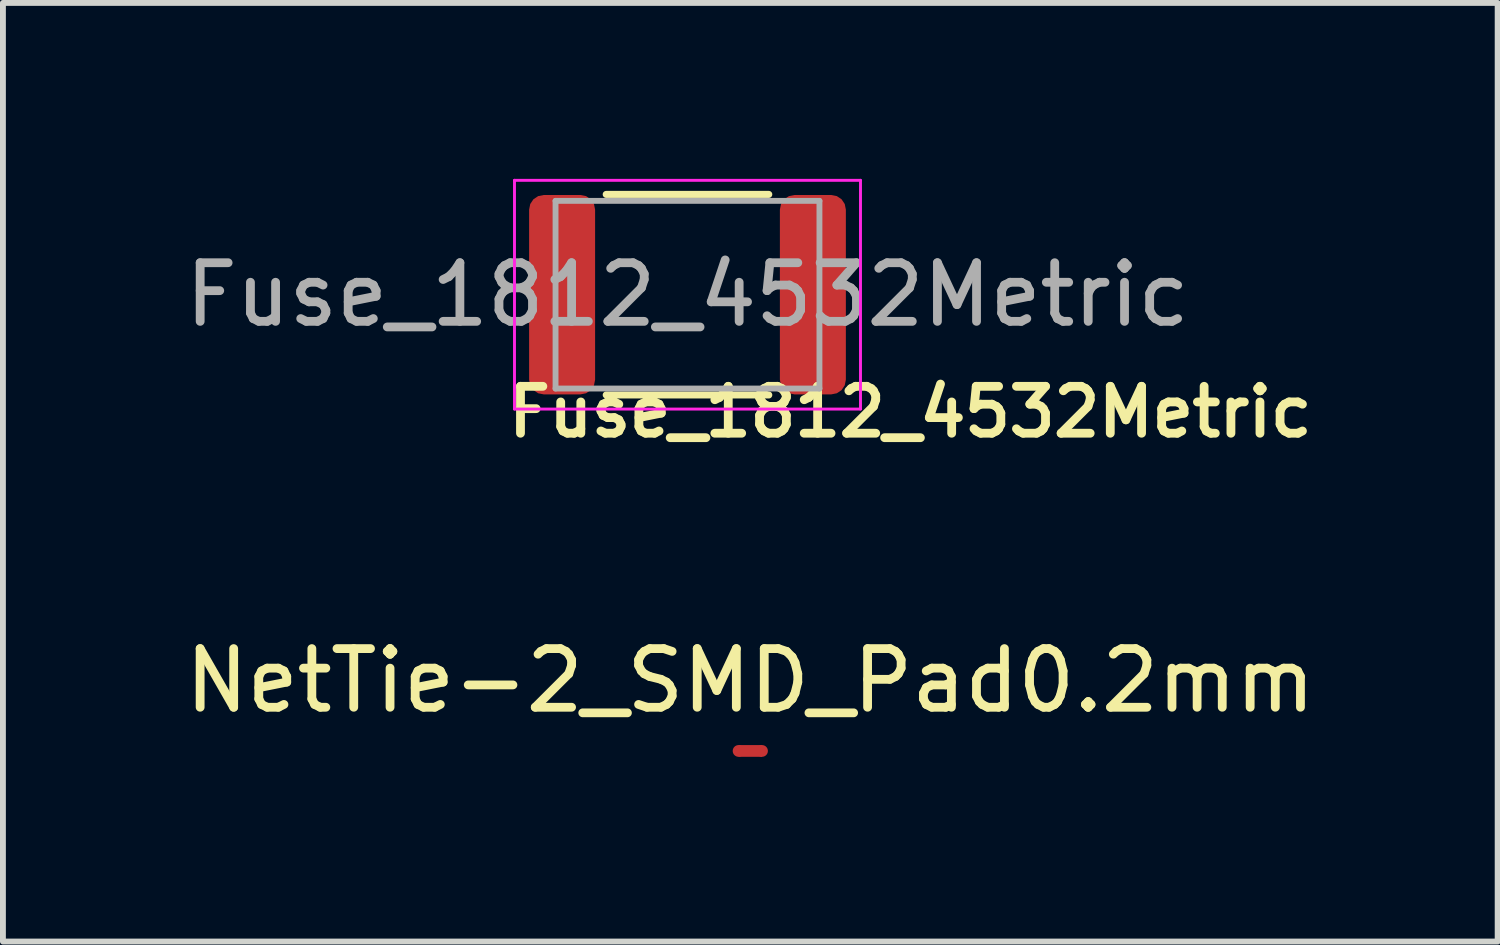
<source format=kicad_pcb>
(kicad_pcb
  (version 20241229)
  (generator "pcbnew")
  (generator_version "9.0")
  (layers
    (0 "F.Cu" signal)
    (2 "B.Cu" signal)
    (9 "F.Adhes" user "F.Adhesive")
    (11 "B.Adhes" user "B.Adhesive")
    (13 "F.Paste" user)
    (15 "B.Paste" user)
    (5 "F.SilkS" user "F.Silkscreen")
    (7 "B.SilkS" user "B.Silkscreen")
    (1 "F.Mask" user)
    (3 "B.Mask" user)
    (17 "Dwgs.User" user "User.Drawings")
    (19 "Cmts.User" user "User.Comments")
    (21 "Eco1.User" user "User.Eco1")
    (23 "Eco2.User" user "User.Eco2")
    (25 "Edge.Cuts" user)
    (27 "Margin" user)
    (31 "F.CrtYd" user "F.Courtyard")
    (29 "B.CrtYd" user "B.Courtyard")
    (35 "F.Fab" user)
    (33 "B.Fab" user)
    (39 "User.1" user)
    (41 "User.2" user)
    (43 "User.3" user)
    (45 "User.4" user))
  (footprint "Fuse_1812_4532Metric"
    (layer "F.Cu")
    (at 8.673 1.975)
    (property "Reference" "Fuse_1812_4532Metric" (at 3.8 2 180) (layer "F.SilkS") (effects (font (size 0.8 0.8) (thickness 0.15))))
    (attr smd)
    (fp_line (start -1.386 -1.71) (end 1.386 -1.71) (stroke (width 0.12) (type solid)) (layer "F.SilkS"))
    (fp_line (start -1.386 1.71) (end 1.386 1.71) (stroke (width 0.12) (type solid)) (layer "F.SilkS"))
    (fp_line (start -2.95 -1.95) (end 2.95 -1.95) (stroke (width 0.05) (type solid)) (layer "F.CrtYd"))
    (fp_line (start -2.95 1.95) (end -2.95 -1.95) (stroke (width 0.05) (type solid)) (layer "F.CrtYd"))
    (fp_line (start 2.95 -1.95) (end 2.95 1.95) (stroke (width 0.05) (type solid)) (layer "F.CrtYd"))
    (fp_line (start 2.95 1.95) (end -2.95 1.95) (stroke (width 0.05) (type solid)) (layer "F.CrtYd"))
    (fp_line (start -2.25 -1.6) (end 2.25 -1.6) (stroke (width 0.1) (type solid)) (layer "F.Fab"))
    (fp_line (start -2.25 1.6) (end -2.25 -1.6) (stroke (width 0.1) (type solid)) (layer "F.Fab"))
    (fp_line (start 2.25 -1.6) (end 2.25 1.6) (stroke (width 0.1) (type solid)) (layer "F.Fab"))
    (fp_line (start 2.25 1.6) (end -2.25 1.6) (stroke (width 0.1) (type solid)) (layer "F.Fab"))
    (fp_text user "${REFERENCE}" (at 0 0 180) (layer "F.Fab") (effects (font (size 1 1) (thickness 0.15))))
    (pad "1" smd roundrect (at -2.138 0) (size 1.125 3.4) (layers "F.Cu" "F.Mask" "F.Paste") (roundrect_rratio 0.222))
    (pad "2" smd roundrect (at 2.138 0) (size 1.125 3.4) (layers "F.Cu" "F.Mask" "F.Paste") (roundrect_rratio 0.222)))
  (footprint "NetTie-2_SMD_Pad0.2mm"
    (layer "F.Cu")
    (at 9.744 9.755)
    (property "Reference" "NetTie-2_SMD_Pad0.2mm" (at 0 -1.2 0) (layer "F.SilkS") (effects (font (size 1 1) (thickness 0.15))))
    (attr exclude_from_pos_files exclude_from_bom allow_missing_courtyard)
    (fp_poly (pts (xy -0.2 -0.1) (xy 0.2 -0.1) (xy 0.2 0.1) (xy -0.2 0.1)) (stroke (width 0) (type solid)) (fill yes) (layer "F.Cu"))
    (pad "1" smd circle (at -0.2 0) (size 0.2 0.2) (layers "F.Cu"))
    (pad "2" smd circle (at 0.2 0) (size 0.2 0.2) (layers "F.Cu")))
  (gr_rect
    (start -3 -3)
    (end 22.488 13.005)
    (stroke (width 0.1) (type default))
    (fill no)
    (layer "Edge.Cuts")))
</source>
